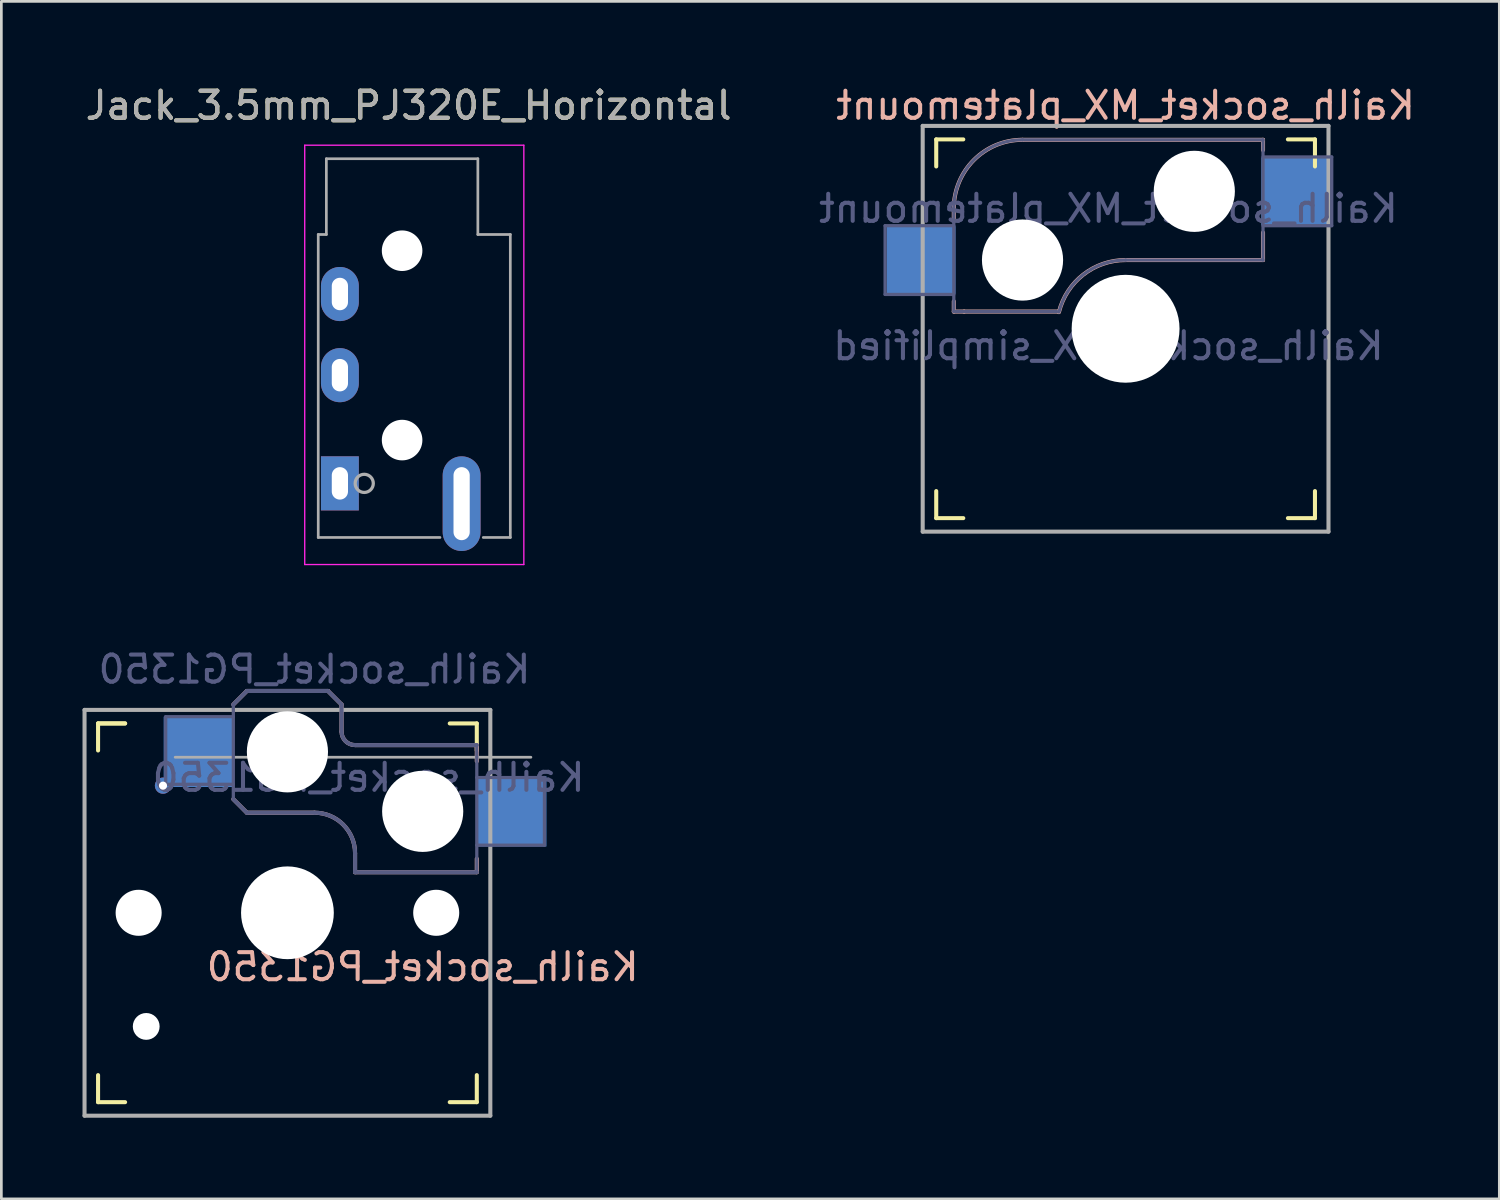
<source format=kicad_pcb>
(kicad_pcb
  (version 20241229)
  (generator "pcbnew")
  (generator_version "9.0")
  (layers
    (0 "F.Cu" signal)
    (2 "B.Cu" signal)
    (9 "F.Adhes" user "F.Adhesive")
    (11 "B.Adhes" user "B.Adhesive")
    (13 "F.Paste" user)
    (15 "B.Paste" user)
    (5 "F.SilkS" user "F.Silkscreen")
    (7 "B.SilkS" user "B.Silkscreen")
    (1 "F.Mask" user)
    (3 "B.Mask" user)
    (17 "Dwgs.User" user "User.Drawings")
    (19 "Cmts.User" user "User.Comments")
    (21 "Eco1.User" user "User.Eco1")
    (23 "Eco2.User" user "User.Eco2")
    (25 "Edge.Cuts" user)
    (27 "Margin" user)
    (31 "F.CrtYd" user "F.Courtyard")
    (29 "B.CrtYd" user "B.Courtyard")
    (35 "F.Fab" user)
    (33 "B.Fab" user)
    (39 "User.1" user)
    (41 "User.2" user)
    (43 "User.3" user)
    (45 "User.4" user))
  (footprint "Kailh_socket_PG1350"
    (layer "F.Cu")
    (at 7.575 30.692)
    (property "Reference" "Kailh_socket_PG1350" (at 5 2 180) (layer "B.SilkS") (effects (font (size 1 1) (thickness 0.15)) (justify mirror)))
    (property "Value" "Kailh_socket_PG1350" (at 0 -8.255 180) (layer "F.Fab") (hide yes) (effects (font (size 1 1) (thickness 0.15))))
    (attr smd)
    (fp_line (start -7 -7) (end -6 -7) (stroke (width 0.15) (type solid)) (layer "F.SilkS"))
    (fp_line (start -7 -6) (end -7 -7) (stroke (width 0.15) (type solid)) (layer "F.SilkS"))
    (fp_line (start -7 7) (end -7 6) (stroke (width 0.15) (type solid)) (layer "F.SilkS"))
    (fp_line (start -7 7) (end -6 7) (stroke (width 0.15) (type solid)) (layer "F.SilkS"))
    (fp_line (start -6 -7) (end -7 -7) (stroke (width 0.15) (type solid)) (layer "F.SilkS"))
    (fp_line (start 6 7) (end 7 7) (stroke (width 0.15) (type solid)) (layer "F.SilkS"))
    (fp_line (start 7 -7) (end 6 -7) (stroke (width 0.15) (type solid)) (layer "F.SilkS"))
    (fp_line (start 7 -7) (end 7 -6) (stroke (width 0.15) (type solid)) (layer "F.SilkS"))
    (fp_line (start 7 6) (end 7 7) (stroke (width 0.15) (type solid)) (layer "F.SilkS"))
    (fp_line (start -2 -7.7) (end -1.5 -8.2) (stroke (width 0.15) (type solid)) (layer "B.SilkS"))
    (fp_line (start -2 -4.2) (end -1.5 -3.7) (stroke (width 0.15) (type solid)) (layer "B.SilkS"))
    (fp_line (start -1.5 -8.2) (end 1.5 -8.2) (stroke (width 0.15) (type solid)) (layer "B.SilkS"))
    (fp_line (start -1.5 -3.7) (end 1 -3.7) (stroke (width 0.15) (type solid)) (layer "B.SilkS"))
    (fp_line (start 1.5 -8.2) (end 2 -7.7) (stroke (width 0.15) (type solid)) (layer "B.SilkS"))
    (fp_line (start 2 -6.7) (end 2 -7.7) (stroke (width 0.15) (type solid)) (layer "B.SilkS"))
    (fp_line (start 2.5 -2.2) (end 2.5 -1.5) (stroke (width 0.15) (type solid)) (layer "B.SilkS"))
    (fp_line (start 2.5 -1.5) (end 7 -1.5) (stroke (width 0.15) (type solid)) (layer "B.SilkS"))
    (fp_line (start 7 -6.2) (end 2.5 -6.2) (stroke (width 0.15) (type solid)) (layer "B.SilkS"))
    (fp_line (start 7 -5.6) (end 7 -6.2) (stroke (width 0.15) (type solid)) (layer "B.SilkS"))
    (fp_line (start 7 -1.5) (end 7 -2) (stroke (width 0.15) (type solid)) (layer "B.SilkS"))
    (fp_arc (start 1 -3.7) (mid 2.06066 -3.26066) (end 2.5 -2.2) (stroke (width 0.15) (type solid)) (layer "B.SilkS"))
    (fp_arc (start 2.5 -6.2) (mid 2.146447 -6.346447) (end 2 -6.7) (stroke (width 0.15) (type solid)) (layer "B.SilkS"))
    (fp_line (start -6.9 6.9) (end -6.9 -6.9) (stroke (width 0.15) (type solid)) (layer "Eco2.User"))
    (fp_line (start -6.9 6.9) (end 6.9 6.9) (stroke (width 0.15) (type solid)) (layer "Eco2.User"))
    (fp_line (start -2.6 3.1) (end -2.6 6.3) (stroke (width 0.15) (type solid)) (layer "Eco2.User"))
    (fp_line (start -2.6 6.3) (end 2.6 6.3) (stroke (width 0.15) (type solid)) (layer "Eco2.User"))
    (fp_line (start 2.6 3.1) (end -2.6 3.1) (stroke (width 0.15) (type solid)) (layer "Eco2.User"))
    (fp_line (start 2.6 3.1) (end 2.6 6.3) (stroke (width 0.15) (type solid)) (layer "Eco2.User"))
    (fp_line (start 6.9 -6.9) (end -6.9 -6.9) (stroke (width 0.15) (type solid)) (layer "Eco2.User"))
    (fp_line (start 6.9 -6.9) (end 6.9 6.9) (stroke (width 0.15) (type solid)) (layer "Eco2.User"))
    (fp_line (start -4.5 -7.25) (end -2 -7.25) (stroke (width 0.12) (type solid)) (layer "B.Fab"))
    (fp_line (start -4.5 -4.75) (end -4.5 -7.25) (stroke (width 0.12) (type solid)) (layer "B.Fab"))
    (fp_line (start -2 -7.7) (end -1.5 -8.2) (stroke (width 0.15) (type solid)) (layer "B.Fab"))
    (fp_line (start -2 -4.75) (end -4.5 -4.75) (stroke (width 0.12) (type solid)) (layer "B.Fab"))
    (fp_line (start -2 -4.25) (end -2 -7.7) (stroke (width 0.12) (type solid)) (layer "B.Fab"))
    (fp_line (start -2 -4.2) (end -1.5 -3.7) (stroke (width 0.15) (type solid)) (layer "B.Fab"))
    (fp_line (start -1.5 -8.2) (end 1.5 -8.2) (stroke (width 0.15) (type solid)) (layer "B.Fab"))
    (fp_line (start -1.5 -3.7) (end 1 -3.7) (stroke (width 0.15) (type solid)) (layer "B.Fab"))
    (fp_line (start 1.5 -8.2) (end 2 -7.7) (stroke (width 0.15) (type solid)) (layer "B.Fab"))
    (fp_line (start 2 -6.7) (end 2 -7.7) (stroke (width 0.15) (type solid)) (layer "B.Fab"))
    (fp_line (start 2.5 -2.2) (end 2.5 -1.5) (stroke (width 0.15) (type solid)) (layer "B.Fab"))
    (fp_line (start 2.5 -1.5) (end 7 -1.5) (stroke (width 0.15) (type solid)) (layer "B.Fab"))
    (fp_line (start 7 -6.2) (end 2.5 -6.2) (stroke (width 0.15) (type solid)) (layer "B.Fab"))
    (fp_line (start 7 -5) (end 9.5 -5) (stroke (width 0.12) (type solid)) (layer "B.Fab"))
    (fp_line (start 7 -1.5) (end 7 -6.2) (stroke (width 0.12) (type solid)) (layer "B.Fab"))
    (fp_line (start 9.5 -5) (end 9.5 -2.5) (stroke (width 0.12) (type solid)) (layer "B.Fab"))
    (fp_line (start 9.5 -2.5) (end 7 -2.5) (stroke (width 0.12) (type solid)) (layer "B.Fab"))
    (fp_arc (start 1 -3.7) (mid 2.06066 -3.26066) (end 2.5 -2.2) (stroke (width 0.15) (type solid)) (layer "B.Fab"))
    (fp_arc (start 2.5 -6.2) (mid 2.146447 -6.346447) (end 2 -6.7) (stroke (width 0.15) (type solid)) (layer "B.Fab"))
    (fp_line (start -7.5 -7.5) (end 7.5 -7.5) (stroke (width 0.15) (type solid)) (layer "F.Fab"))
    (fp_line (start -7.5 7.5) (end -7.5 -7.5) (stroke (width 0.15) (type solid)) (layer "F.Fab"))
    (fp_line (start -4.15 -5.75) (end 9 -5.75) (stroke (width 0.1) (type default)) (layer "F.Fab"))
    (fp_line (start 7.5 -7.5) (end 7.5 7.5) (stroke (width 0.15) (type solid)) (layer "F.Fab"))
    (fp_line (start 7.5 7.5) (end -7.5 7.5) (stroke (width 0.15) (type solid)) (layer "F.Fab"))
    (fp_text user "${VALUE}" (at 1 -9 180) (layer "B.Fab") (effects (font (size 1 1) (thickness 0.15)) (justify mirror)))
    (fp_text user "${REFERENCE}" (at 3 -5 180) (layer "B.Fab") (effects (font (size 1 1) (thickness 0.15)) (justify mirror)))
    (pad "" np_thru_hole circle (at -5.5 0 180) (size 1.702 1.702) (drill 1.702) (layers "*.Cu" "*.Mask"))
    (pad "" np_thru_hole circle (at -5.22 4.2 180) (size 0.991 0.991) (drill 0.991) (layers "*.Cu" "*.Mask"))
    (pad "" np_thru_hole circle (at 0 -5.95 180) (size 3 3) (drill 3) (layers "*.Cu" "*.Mask"))
    (pad "" np_thru_hole circle (at 0 0 180) (size 3.429 3.429) (drill 3.429) (layers "*.Cu" "*.Mask"))
    (pad "" np_thru_hole circle (at 5 -3.75 180) (size 3 3) (drill 3) (layers "*.Cu" "*.Mask"))
    (pad "" np_thru_hole circle (at 5.5 0 180) (size 1.702 1.702) (drill 1.702) (layers "*.Cu" "*.Mask"))
    (pad "1" thru_hole circle (at -4.6 -4.7) (size 0.6 0.6) (drill 0.3) (layers "*.Cu" "*.Mask"))
    (pad "1" smd rect (at -3.275 -5.95 180) (size 2.6 2.6) (layers "B.Cu" "B.Mask" "B.Paste"))
    (pad "2" smd rect (at 8.275 -3.75 180) (size 2.6 2.6) (layers "B.Cu" "B.Mask" "B.Paste")))
  (footprint "Jack_3.5mm_PJ320E_Horizontal"
    (layer "F.Cu")
    (at 9.514 14.818)
    (property "Reference" "Jack_3.5mm_PJ320E_Horizontal" (at 2.54 -13.97 0) (layer "F.SilkS") (effects (font (size 1 1) (thickness 0.15))))
    (attr through_hole)
    (fp_line (start -1.3 -12.5) (end -1.3 3) (stroke (width 0.05) (type solid)) (layer "F.CrtYd"))
    (fp_line (start -1.3 -12.5) (end 6.8 -12.5) (stroke (width 0.05) (type solid)) (layer "F.CrtYd"))
    (fp_line (start -1.3 3) (end 6.8 3) (stroke (width 0.05) (type solid)) (layer "F.CrtYd"))
    (fp_line (start 6.8 -12.5) (end 6.8 3) (stroke (width 0.05) (type solid)) (layer "F.CrtYd"))
    (fp_line (start -0.8 -9.2) (end -0.5 -9.2) (stroke (width 0.1) (type solid)) (layer "F.Fab"))
    (fp_line (start -0.8 2) (end -0.8 -9.2) (stroke (width 0.1) (type solid)) (layer "F.Fab"))
    (fp_line (start -0.5 -12) (end 5.1 -12) (stroke (width 0.1) (type solid)) (layer "F.Fab"))
    (fp_line (start -0.5 -9.2) (end -0.5 -12) (stroke (width 0.1) (type solid)) (layer "F.Fab"))
    (fp_line (start 3.7 2) (end -0.8 2) (stroke (width 0.1) (type solid)) (layer "F.Fab"))
    (fp_line (start 5.1 -12) (end 5.1 -9.2) (stroke (width 0.1) (type solid)) (layer "F.Fab"))
    (fp_line (start 5.1 -9.2) (end 6.3 -9.2) (stroke (width 0.1) (type solid)) (layer "F.Fab"))
    (fp_line (start 6.3 -9.2) (end 6.3 2) (stroke (width 0.1) (type solid)) (layer "F.Fab"))
    (fp_line (start 6.3 2) (end 5.3 2) (stroke (width 0.1) (type solid)) (layer "F.Fab"))
    (fp_circle (center 0.9 0) (end 1.2 0.15) (stroke (width 0.12) (type solid)) (fill no) (layer "F.Fab"))
    (fp_text user "${REFERENCE}" (at 2.54 -13.97 0) (layer "F.Fab") (effects (font (size 1 1) (thickness 0.15))))
    (pad "" np_thru_hole oval (at 2.3 -8.6 270) (size 1.5 1.5) (drill oval 1.5) (layers "*.Cu" "*.Mask"))
    (pad "" np_thru_hole oval (at 2.3 -1.6 270) (size 1.5 1.5) (drill oval 1.5) (layers "*.Cu" "*.Mask"))
    (pad "R1" thru_hole oval (at 0 -4 270) (size 2 1.4) (drill oval 1.2 0.6) (layers "*.Cu" "*.Mask"))
    (pad "R2" thru_hole oval (at 0 -7 270) (size 2 1.4) (drill oval 1.2 0.6) (layers "*.Cu" "*.Mask"))
    (pad "S" thru_hole oval (at 4.5 0.75 270) (size 3.5 1.4) (drill oval 2.7 0.6) (layers "*.Cu" "*.Mask"))
    (pad "T" thru_hole rect (at 0 0 270) (size 2 1.4) (drill oval 1.2 0.6) (layers "*.Cu" "*.Mask")))
  (footprint "Kailh_socket_MX_platemount"
    (layer "F.Cu")
    (at 38.558 9.103)
    (property "Reference" "Kailh_socket_MX_platemount" (at 0 -8.255 0) (layer "B.SilkS") (effects (font (size 1 1) (thickness 0.15)) (justify mirror)))
    (property "Value" "Kailh_socket_MX_simplified" (at 0 8.255 0) (layer "F.Fab") (hide yes) (effects (font (size 1 1) (thickness 0.15))))
    (attr smd)
    (fp_line (start -7 -6) (end -7 -7) (stroke (width 0.15) (type solid)) (layer "F.SilkS"))
    (fp_line (start -7 7) (end -7 6) (stroke (width 0.15) (type solid)) (layer "F.SilkS"))
    (fp_line (start -7 7) (end -6 7) (stroke (width 0.15) (type solid)) (layer "F.SilkS"))
    (fp_line (start -6 -7) (end -7 -7) (stroke (width 0.15) (type solid)) (layer "F.SilkS"))
    (fp_line (start 6 7) (end 7 7) (stroke (width 0.15) (type solid)) (layer "F.SilkS"))
    (fp_line (start 7 -7) (end 6 -7) (stroke (width 0.15) (type solid)) (layer "F.SilkS"))
    (fp_line (start 7 -7) (end 7 -6) (stroke (width 0.15) (type solid)) (layer "F.SilkS"))
    (fp_line (start 7 6) (end 7 7) (stroke (width 0.15) (type solid)) (layer "F.SilkS"))
    (fp_line (start -6.35 -4.445) (end -6.35 -4.064) (stroke (width 0.15) (type solid)) (layer "B.SilkS"))
    (fp_line (start -6.35 -1.016) (end -6.35 -0.635) (stroke (width 0.15) (type solid)) (layer "B.SilkS"))
    (fp_line (start -5.969 -0.635) (end -6.35 -0.635) (stroke (width 0.15) (type solid)) (layer "B.SilkS"))
    (fp_line (start -3.81 -6.985) (end 5.08 -6.985) (stroke (width 0.15) (type solid)) (layer "B.SilkS"))
    (fp_line (start -2.464 -0.635) (end -5.969 -0.635) (stroke (width 0.15) (type solid)) (layer "B.SilkS"))
    (fp_line (start 5.08 -6.985) (end 5.08 -6.604) (stroke (width 0.15) (type solid)) (layer "B.SilkS"))
    (fp_line (start 5.08 -3.556) (end 5.08 -2.54) (stroke (width 0.15) (type solid)) (layer "B.SilkS"))
    (fp_line (start 5.08 -2.54) (end 0 -2.54) (stroke (width 0.15) (type solid)) (layer "B.SilkS"))
    (fp_arc (start -6.35 -4.445) (mid -5.606051 -6.241051) (end -3.81 -6.985) (stroke (width 0.15) (type solid)) (layer "B.SilkS"))
    (fp_arc (start -2.464162 -0.61604) (mid -1.563147 -2.002042) (end 0 -2.54) (stroke (width 0.15) (type solid)) (layer "B.SilkS"))
    (fp_line (start -6.9 6.9) (end -6.9 -6.9) (stroke (width 0.15) (type solid)) (layer "Eco2.User"))
    (fp_line (start -6.9 6.9) (end 6.9 6.9) (stroke (width 0.15) (type solid)) (layer "Eco2.User"))
    (fp_line (start 6.9 -6.9) (end -6.9 -6.9) (stroke (width 0.15) (type solid)) (layer "Eco2.User"))
    (fp_line (start 6.9 -6.9) (end 6.9 6.9) (stroke (width 0.15) (type solid)) (layer "Eco2.User"))
    (fp_line (start -8.89 -3.81) (end -6.35 -3.81) (stroke (width 0.12) (type solid)) (layer "B.Fab"))
    (fp_line (start -8.89 -1.27) (end -8.89 -3.81) (stroke (width 0.12) (type solid)) (layer "B.Fab"))
    (fp_line (start -6.35 -1.27) (end -8.89 -1.27) (stroke (width 0.12) (type solid)) (layer "B.Fab"))
    (fp_line (start -6.35 -0.635) (end -6.35 -4.445) (stroke (width 0.12) (type solid)) (layer "B.Fab"))
    (fp_line (start -6.35 -0.635) (end -2.54 -0.635) (stroke (width 0.12) (type solid)) (layer "B.Fab"))
    (fp_line (start -3.81 -6.985) (end 5.08 -6.985) (stroke (width 0.12) (type solid)) (layer "B.Fab"))
    (fp_line (start 5.08 -6.985) (end 5.08 -2.54) (stroke (width 0.12) (type solid)) (layer "B.Fab"))
    (fp_line (start 5.08 -6.35) (end 7.62 -6.35) (stroke (width 0.12) (type solid)) (layer "B.Fab"))
    (fp_line (start 5.08 -2.54) (end 0 -2.54) (stroke (width 0.12) (type solid)) (layer "B.Fab"))
    (fp_line (start 7.62 -6.35) (end 7.62 -3.81) (stroke (width 0.12) (type solid)) (layer "B.Fab"))
    (fp_line (start 7.62 -3.81) (end 5.08 -3.81) (stroke (width 0.12) (type solid)) (layer "B.Fab"))
    (fp_arc (start -6.35 -4.445) (mid -5.606051 -6.241051) (end -3.81 -6.985) (stroke (width 0.12) (type solid)) (layer "B.Fab"))
    (fp_arc (start -2.464162 -0.61604) (mid -1.563147 -2.002042) (end 0 -2.54) (stroke (width 0.12) (type solid)) (layer "B.Fab"))
    (fp_line (start -7.5 -7.5) (end 7.5 -7.5) (stroke (width 0.15) (type solid)) (layer "F.Fab"))
    (fp_line (start -7.5 7.5) (end -7.5 -7.5) (stroke (width 0.15) (type solid)) (layer "F.Fab"))
    (fp_line (start 7.5 -7.5) (end 7.5 7.5) (stroke (width 0.15) (type solid)) (layer "F.Fab"))
    (fp_line (start 7.5 7.5) (end -7.5 7.5) (stroke (width 0.15) (type solid)) (layer "F.Fab"))
    (fp_text user "${VALUE}" (at -0.635 0.635 0) (layer "B.Fab") (effects (font (size 1 1) (thickness 0.15)) (justify mirror)))
    (fp_text user "${REFERENCE}" (at -0.635 -4.445 0) (layer "B.Fab") (effects (font (size 1 1) (thickness 0.15)) (justify mirror)))
    (pad "" np_thru_hole circle (at -3.81 -2.54) (size 3 3) (drill 3) (layers "*.Cu" "*.Mask"))
    (pad "" np_thru_hole circle (at 0 0) (size 3.988 3.988) (drill 3.988) (layers "*.Cu" "*.Mask"))
    (pad "" np_thru_hole circle (at 2.54 -5.08) (size 3 3) (drill 3) (layers "*.Cu" "*.Mask"))
    (pad "1" smd rect (at -7.56 -2.54) (size 2.55 2.5) (layers "B.Cu" "B.Mask" "B.Paste"))
    (pad "2" smd rect (at 6.29 -5.08) (size 2.55 2.5) (layers "B.Cu" "B.Mask" "B.Paste")))
  (gr_rect
    (start -3 -3)
    (end 52.373 41.267)
    (stroke (width 0.1) (type default))
    (fill no)
    (layer "Edge.Cuts")))
</source>
